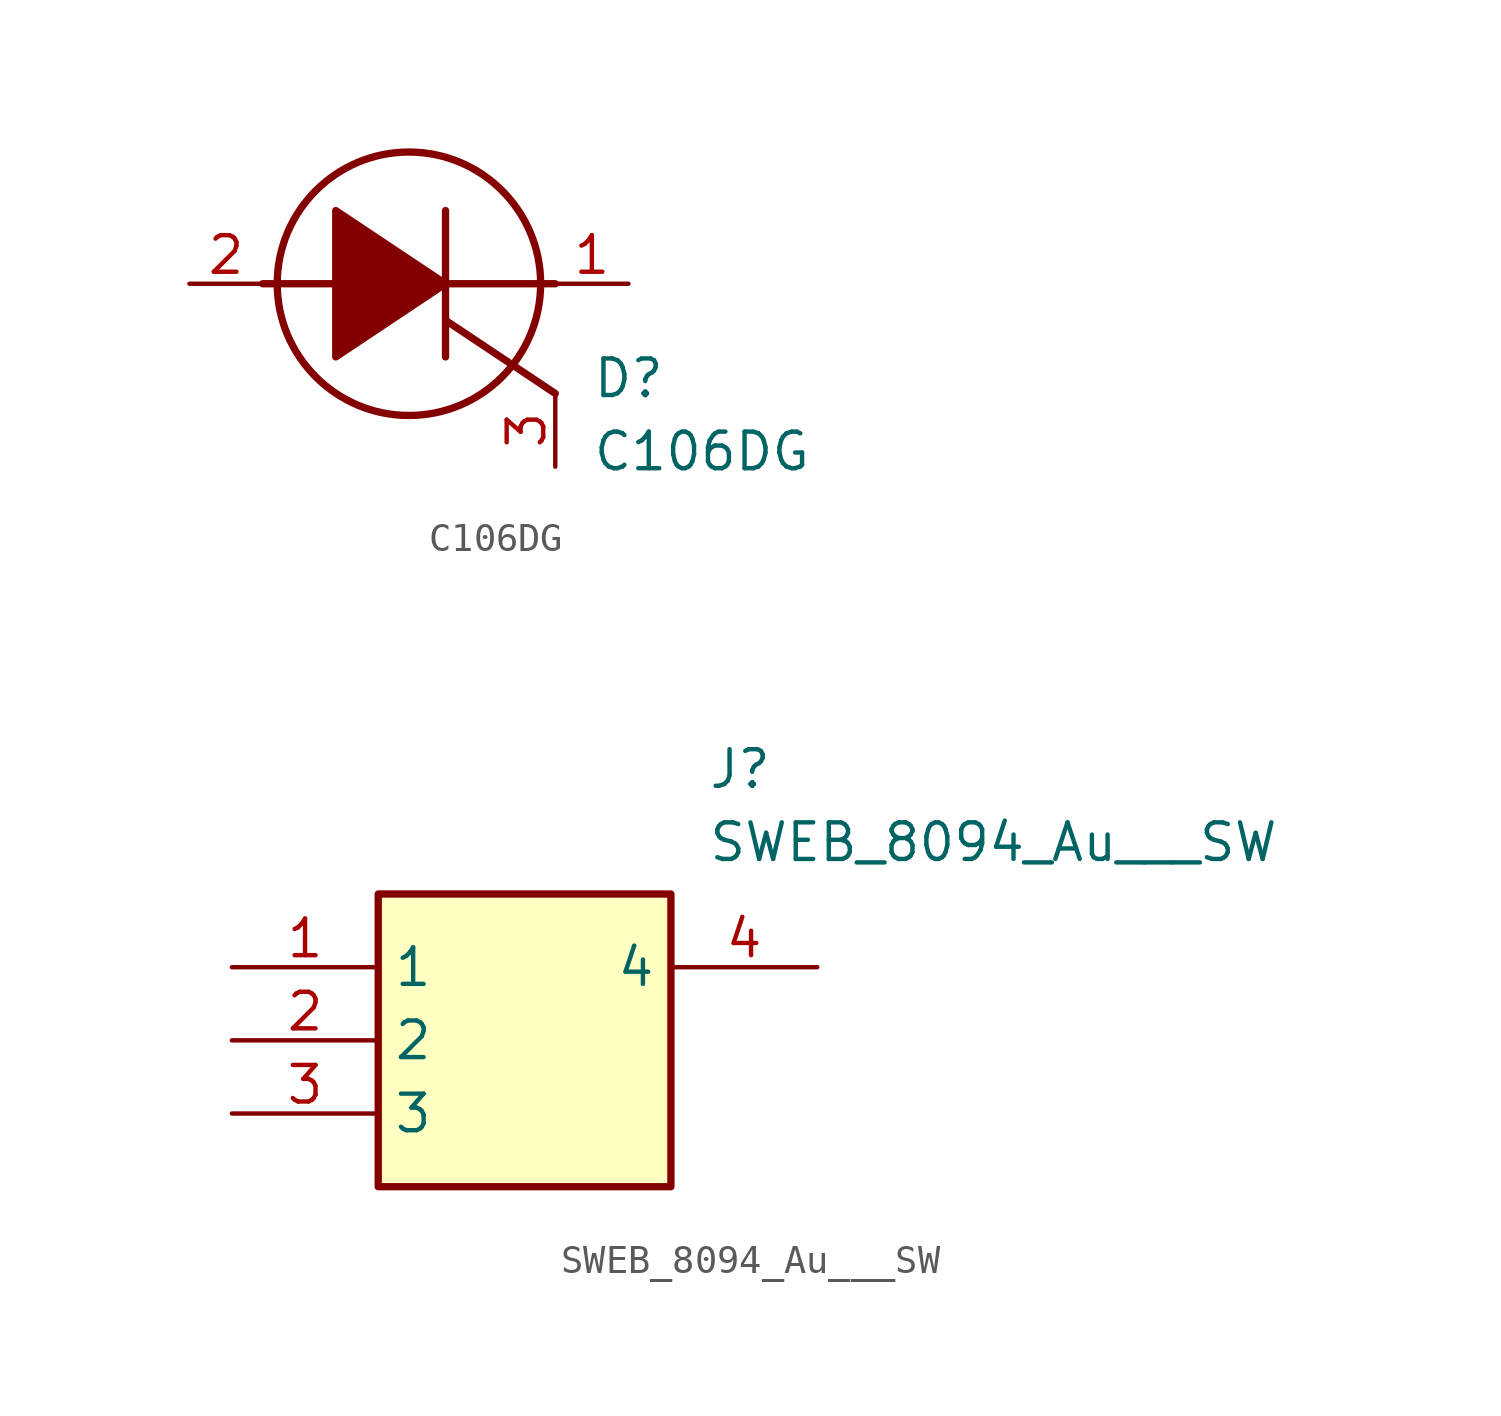
<source format=kicad_sym>
(kicad_symbol_lib
  (version 20220914)
  (generator kicad_symbol_editor)
  (symbol "C106DG"
    (pin_names hide)
    (property "Reference" "D"
      (at 13.97 -2.54 0)
      (effects (font (size 1.27 1.27)) (justify left top)))
    (property "Value" "C106DG"
      (at 13.97 -5.08 0)
      (effects (font (size 1.27 1.27)) (justify left top)))
    (symbol "C106DG_1_1"
      (polyline (pts (xy 2.54 0) (xy 5.08 0)) (stroke (width 0.254) (type default)) (fill (type none)))
      (polyline (pts (xy 8.89 -2.54) (xy 8.89 2.54)) (stroke (width 0.254) (type default)) (fill (type none)))
      (polyline (pts (xy 8.89 -1.27) (xy 12.7 -3.81)) (stroke (width 0.254) (type default)) (fill (type none)))
      (polyline (pts (xy 8.89 0) (xy 12.7 0)) (stroke (width 0.254) (type default)) (fill (type none)))
      (polyline (pts (xy 8.89 0) (xy 5.08 2.54) (xy 5.08 -2.54) (xy 8.89 0)) (stroke (width 0.254) (type default)) (fill (type outline)))
      (circle (center 7.62 0) (radius 4.572) (stroke (width 0.254) (type default)) (fill (type none)))
      (pin passive line (at 15.24 0 180) (length 2.54) (name "K" (effects (font (size 1.27 1.27)))) (number "1" (effects (font (size 1.27 1.27)))))
      (pin passive line (at 0 0 0) (length 2.54) (name "A" (effects (font (size 1.27 1.27)))) (number "2" (effects (font (size 1.27 1.27)))))
      (pin passive line (at 12.7 -6.35 90) (length 2.54) (name "G" (effects (font (size 1.27 1.27)))) (number "3" (effects (font (size 1.27 1.27)))))))
  (symbol "SWEB_8094_Au___SW"
    (property "Reference" "J"
      (at 16.51 7.62 0)
      (effects (font (size 1.27 1.27)) (justify left top)))
    (property "Value" "SWEB_8094_Au___SW"
      (at 16.51 5.08 0)
      (effects (font (size 1.27 1.27)) (justify left top)))
    (symbol "SWEB_8094_Au___SW_1_1"
      (rectangle (start 5.08 2.54) (end 15.24 -7.62) (stroke (width 0.254) (type default)) (fill (type background)))
      (pin passive line (at 0 0 0) (length 5.08) (name "1" (effects (font (size 1.27 1.27)))) (number "1" (effects (font (size 1.27 1.27)))))
      (pin passive line (at 0 -2.54 0) (length 5.08) (name "2" (effects (font (size 1.27 1.27)))) (number "2" (effects (font (size 1.27 1.27)))))
      (pin passive line (at 0 -5.08 0) (length 5.08) (name "3" (effects (font (size 1.27 1.27)))) (number "3" (effects (font (size 1.27 1.27)))))
      (pin passive line (at 20.32 0 180) (length 5.08) (name "4" (effects (font (size 1.27 1.27)))) (number "4" (effects (font (size 1.27 1.27))))))))
</source>
